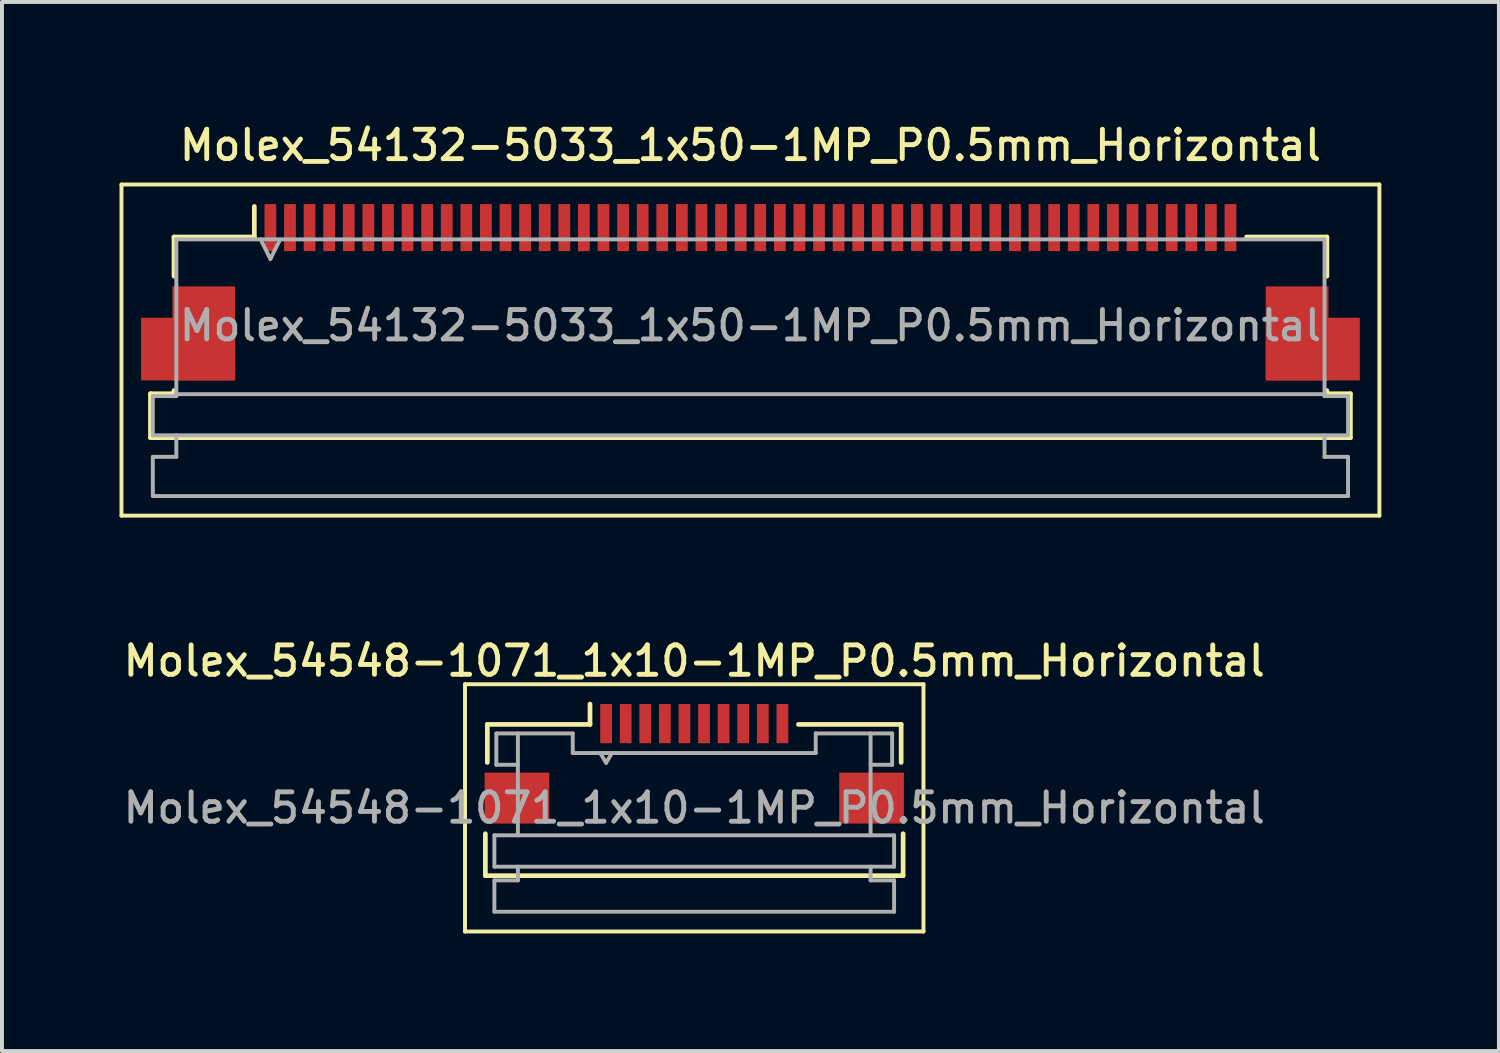
<source format=kicad_pcb>
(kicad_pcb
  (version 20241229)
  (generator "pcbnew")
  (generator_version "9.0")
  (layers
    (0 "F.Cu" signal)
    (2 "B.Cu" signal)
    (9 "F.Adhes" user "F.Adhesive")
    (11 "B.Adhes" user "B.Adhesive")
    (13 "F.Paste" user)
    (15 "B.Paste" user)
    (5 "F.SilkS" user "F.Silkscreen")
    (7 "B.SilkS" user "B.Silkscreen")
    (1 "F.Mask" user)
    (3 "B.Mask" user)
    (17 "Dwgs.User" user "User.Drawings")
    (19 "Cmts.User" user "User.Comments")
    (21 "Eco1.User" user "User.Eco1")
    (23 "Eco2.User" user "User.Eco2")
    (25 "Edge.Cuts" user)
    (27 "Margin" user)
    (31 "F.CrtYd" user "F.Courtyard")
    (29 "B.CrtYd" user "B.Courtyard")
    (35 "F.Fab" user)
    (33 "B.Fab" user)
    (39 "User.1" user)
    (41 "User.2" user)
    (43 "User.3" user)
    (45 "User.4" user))
  (footprint "Molex_54132-5033_1x50-1MP_P0.5mm_Horizontal"
    (layer "F.Cu")
    (at 16.1 4.408)
    (property "Reference" "Molex_54132-5033_1x50-1MP_P0.5mm_Horizontal" (at 0 -3.75 0) (layer "F.SilkS") (effects (font (size 0.75 0.75) (thickness 0.125))))
    (attr smd)
    (fp_line (start -16.05 -2.75) (end -16.05 5.7) (stroke (width 0.1) (type solid)) (layer "F.SilkS"))
    (fp_line (start -16.05 -2.75) (end 16.05 -2.75) (stroke (width 0.1) (type solid)) (layer "F.SilkS"))
    (fp_line (start -15.31 2.59) (end -15.31 3.71) (stroke (width 0.12) (type solid)) (layer "F.SilkS"))
    (fp_line (start -15.31 2.59) (end -14.71 2.59) (stroke (width 0.12) (type solid)) (layer "F.SilkS"))
    (fp_line (start -14.71 -1.41) (end -14.71 -0.41) (stroke (width 0.12) (type solid)) (layer "F.SilkS"))
    (fp_line (start -14.71 2.59) (end -14.71 2.51) (stroke (width 0.12) (type solid)) (layer "F.SilkS"))
    (fp_line (start -12.66 -1.41) (end -14.71 -1.41) (stroke (width 0.12) (type solid)) (layer "F.SilkS"))
    (fp_line (start -12.66 -1.41) (end -12.66 -2.19) (stroke (width 0.12) (type solid)) (layer "F.SilkS"))
    (fp_line (start 14.71 -1.41) (end 12.66 -1.41) (stroke (width 0.12) (type solid)) (layer "F.SilkS"))
    (fp_line (start 14.71 -1.41) (end 14.71 -0.41) (stroke (width 0.12) (type solid)) (layer "F.SilkS"))
    (fp_line (start 14.71 2.59) (end 14.71 2.51) (stroke (width 0.12) (type solid)) (layer "F.SilkS"))
    (fp_line (start 14.71 2.59) (end 15.31 2.59) (stroke (width 0.12) (type solid)) (layer "F.SilkS"))
    (fp_line (start 15.31 2.59) (end 15.31 3.71) (stroke (width 0.12) (type solid)) (layer "F.SilkS"))
    (fp_line (start 15.31 3.71) (end -15.31 3.71) (stroke (width 0.12) (type solid)) (layer "F.SilkS"))
    (fp_line (start 16.05 5.7) (end -16.05 5.7) (stroke (width 0.1) (type solid)) (layer "F.SilkS"))
    (fp_line (start 16.05 5.7) (end 16.05 -2.75) (stroke (width 0.1) (type solid)) (layer "F.SilkS"))
    (fp_line (start -15.25 2.65) (end -15.25 3.65) (stroke (width 0.1) (type solid)) (layer "F.Fab"))
    (fp_line (start -15.25 2.65) (end -14.65 2.65) (stroke (width 0.1) (type solid)) (layer "F.Fab"))
    (fp_line (start -15.25 3.65) (end 15.25 3.65) (stroke (width 0.1) (type solid)) (layer "F.Fab"))
    (fp_line (start -15.25 4.2) (end -15.25 5.2) (stroke (width 0.1) (type solid)) (layer "F.Fab"))
    (fp_line (start -15.25 4.2) (end -14.65 4.2) (stroke (width 0.1) (type solid)) (layer "F.Fab"))
    (fp_line (start -15.25 5.2) (end 15.25 5.2) (stroke (width 0.1) (type solid)) (layer "F.Fab"))
    (fp_line (start -14.65 -1.35) (end -14.65 2.6) (stroke (width 0.1) (type solid)) (layer "F.Fab"))
    (fp_line (start -14.65 -1.35) (end 14.65 -1.35) (stroke (width 0.1) (type solid)) (layer "F.Fab"))
    (fp_line (start -14.65 2.6) (end -14.65 2.65) (stroke (width 0.1) (type solid)) (layer "F.Fab"))
    (fp_line (start -14.65 2.6) (end 14.65 2.6) (stroke (width 0.1) (type solid)) (layer "F.Fab"))
    (fp_line (start -14.65 3.65) (end -14.65 4.2) (stroke (width 0.1) (type solid)) (layer "F.Fab"))
    (fp_line (start -12.5 -1.35) (end -12.25 -0.85) (stroke (width 0.1) (type solid)) (layer "F.Fab"))
    (fp_line (start -12.25 -0.85) (end -12 -1.35) (stroke (width 0.1) (type solid)) (layer "F.Fab"))
    (fp_line (start 14.65 -1.35) (end 14.65 2.6) (stroke (width 0.1) (type solid)) (layer "F.Fab"))
    (fp_line (start 14.65 2.6) (end 14.65 2.65) (stroke (width 0.1) (type solid)) (layer "F.Fab"))
    (fp_line (start 14.65 2.65) (end 15.25 2.65) (stroke (width 0.1) (type solid)) (layer "F.Fab"))
    (fp_line (start 14.65 3.65) (end 14.65 4.2) (stroke (width 0.1) (type solid)) (layer "F.Fab"))
    (fp_line (start 14.65 4.2) (end 15.25 4.2) (stroke (width 0.1) (type solid)) (layer "F.Fab"))
    (fp_line (start 15.25 2.65) (end 15.25 3.65) (stroke (width 0.1) (type solid)) (layer "F.Fab"))
    (fp_line (start 15.25 4.2) (end 15.25 5.2) (stroke (width 0.1) (type solid)) (layer "F.Fab"))
    (fp_text user "${REFERENCE}" (at 0 0.85 0) (layer "F.Fab") (effects (font (size 0.75 0.75) (thickness 0.125))))
    (pad "1" smd rect (at -12.25 -1.65) (size 0.3 1.2) (layers "F.Cu" "F.Mask" "F.Paste"))
    (pad "2" smd rect (at -11.75 -1.65) (size 0.3 1.2) (layers "F.Cu" "F.Mask" "F.Paste"))
    (pad "3" smd rect (at -11.25 -1.65) (size 0.3 1.2) (layers "F.Cu" "F.Mask" "F.Paste"))
    (pad "4" smd rect (at -10.75 -1.65) (size 0.3 1.2) (layers "F.Cu" "F.Mask" "F.Paste"))
    (pad "5" smd rect (at -10.25 -1.65) (size 0.3 1.2) (layers "F.Cu" "F.Mask" "F.Paste"))
    (pad "6" smd rect (at -9.75 -1.65) (size 0.3 1.2) (layers "F.Cu" "F.Mask" "F.Paste"))
    (pad "7" smd rect (at -9.25 -1.65) (size 0.3 1.2) (layers "F.Cu" "F.Mask" "F.Paste"))
    (pad "8" smd rect (at -8.75 -1.65) (size 0.3 1.2) (layers "F.Cu" "F.Mask" "F.Paste"))
    (pad "9" smd rect (at -8.25 -1.65) (size 0.3 1.2) (layers "F.Cu" "F.Mask" "F.Paste"))
    (pad "10" smd rect (at -7.75 -1.65) (size 0.3 1.2) (layers "F.Cu" "F.Mask" "F.Paste"))
    (pad "11" smd rect (at -7.25 -1.65) (size 0.3 1.2) (layers "F.Cu" "F.Mask" "F.Paste"))
    (pad "12" smd rect (at -6.75 -1.65) (size 0.3 1.2) (layers "F.Cu" "F.Mask" "F.Paste"))
    (pad "13" smd rect (at -6.25 -1.65) (size 0.3 1.2) (layers "F.Cu" "F.Mask" "F.Paste"))
    (pad "14" smd rect (at -5.75 -1.65) (size 0.3 1.2) (layers "F.Cu" "F.Mask" "F.Paste"))
    (pad "15" smd rect (at -5.25 -1.65) (size 0.3 1.2) (layers "F.Cu" "F.Mask" "F.Paste"))
    (pad "16" smd rect (at -4.75 -1.65) (size 0.3 1.2) (layers "F.Cu" "F.Mask" "F.Paste"))
    (pad "17" smd rect (at -4.25 -1.65) (size 0.3 1.2) (layers "F.Cu" "F.Mask" "F.Paste"))
    (pad "18" smd rect (at -3.75 -1.65) (size 0.3 1.2) (layers "F.Cu" "F.Mask" "F.Paste"))
    (pad "19" smd rect (at -3.25 -1.65) (size 0.3 1.2) (layers "F.Cu" "F.Mask" "F.Paste"))
    (pad "20" smd rect (at -2.75 -1.65) (size 0.3 1.2) (layers "F.Cu" "F.Mask" "F.Paste"))
    (pad "21" smd rect (at -2.25 -1.65) (size 0.3 1.2) (layers "F.Cu" "F.Mask" "F.Paste"))
    (pad "22" smd rect (at -1.75 -1.65) (size 0.3 1.2) (layers "F.Cu" "F.Mask" "F.Paste"))
    (pad "23" smd rect (at -1.25 -1.65) (size 0.3 1.2) (layers "F.Cu" "F.Mask" "F.Paste"))
    (pad "24" smd rect (at -0.75 -1.65) (size 0.3 1.2) (layers "F.Cu" "F.Mask" "F.Paste"))
    (pad "25" smd rect (at -0.25 -1.65) (size 0.3 1.2) (layers "F.Cu" "F.Mask" "F.Paste"))
    (pad "26" smd rect (at 0.25 -1.65) (size 0.3 1.2) (layers "F.Cu" "F.Mask" "F.Paste"))
    (pad "27" smd rect (at 0.75 -1.65) (size 0.3 1.2) (layers "F.Cu" "F.Mask" "F.Paste"))
    (pad "28" smd rect (at 1.25 -1.65) (size 0.3 1.2) (layers "F.Cu" "F.Mask" "F.Paste"))
    (pad "29" smd rect (at 1.75 -1.65) (size 0.3 1.2) (layers "F.Cu" "F.Mask" "F.Paste"))
    (pad "30" smd rect (at 2.25 -1.65) (size 0.3 1.2) (layers "F.Cu" "F.Mask" "F.Paste"))
    (pad "31" smd rect (at 2.75 -1.65) (size 0.3 1.2) (layers "F.Cu" "F.Mask" "F.Paste"))
    (pad "32" smd rect (at 3.25 -1.65) (size 0.3 1.2) (layers "F.Cu" "F.Mask" "F.Paste"))
    (pad "33" smd rect (at 3.75 -1.65) (size 0.3 1.2) (layers "F.Cu" "F.Mask" "F.Paste"))
    (pad "34" smd rect (at 4.25 -1.65) (size 0.3 1.2) (layers "F.Cu" "F.Mask" "F.Paste"))
    (pad "35" smd rect (at 4.75 -1.65) (size 0.3 1.2) (layers "F.Cu" "F.Mask" "F.Paste"))
    (pad "36" smd rect (at 5.25 -1.65) (size 0.3 1.2) (layers "F.Cu" "F.Mask" "F.Paste"))
    (pad "37" smd rect (at 5.75 -1.65) (size 0.3 1.2) (layers "F.Cu" "F.Mask" "F.Paste"))
    (pad "38" smd rect (at 6.25 -1.65) (size 0.3 1.2) (layers "F.Cu" "F.Mask" "F.Paste"))
    (pad "39" smd rect (at 6.75 -1.65) (size 0.3 1.2) (layers "F.Cu" "F.Mask" "F.Paste"))
    (pad "40" smd rect (at 7.25 -1.65) (size 0.3 1.2) (layers "F.Cu" "F.Mask" "F.Paste"))
    (pad "41" smd rect (at 7.75 -1.65) (size 0.3 1.2) (layers "F.Cu" "F.Mask" "F.Paste"))
    (pad "42" smd rect (at 8.25 -1.65) (size 0.3 1.2) (layers "F.Cu" "F.Mask" "F.Paste"))
    (pad "43" smd rect (at 8.75 -1.65) (size 0.3 1.2) (layers "F.Cu" "F.Mask" "F.Paste"))
    (pad "44" smd rect (at 9.25 -1.65) (size 0.3 1.2) (layers "F.Cu" "F.Mask" "F.Paste"))
    (pad "45" smd rect (at 9.75 -1.65) (size 0.3 1.2) (layers "F.Cu" "F.Mask" "F.Paste"))
    (pad "46" smd rect (at 10.25 -1.65) (size 0.3 1.2) (layers "F.Cu" "F.Mask" "F.Paste"))
    (pad "47" smd rect (at 10.75 -1.65) (size 0.3 1.2) (layers "F.Cu" "F.Mask" "F.Paste"))
    (pad "48" smd rect (at 11.25 -1.65) (size 0.3 1.2) (layers "F.Cu" "F.Mask" "F.Paste"))
    (pad "49" smd rect (at 11.75 -1.65) (size 0.3 1.2) (layers "F.Cu" "F.Mask" "F.Paste"))
    (pad "50" smd rect (at 12.25 -1.65) (size 0.3 1.2) (layers "F.Cu" "F.Mask" "F.Paste"))
    (pad "MP" smd rect (at -14.35 1.45) (size 2.4 1.6) (layers "F.Cu" "F.Mask" "F.Paste"))
    (pad "MP" smd rect (at -13.95 1.05) (size 1.6 2.4) (layers "F.Cu" "F.Mask" "F.Paste"))
    (pad "MP" smd rect (at 13.95 1.05) (size 1.6 2.4) (layers "F.Cu" "F.Mask" "F.Paste"))
    (pad "MP" smd rect (at 14.35 1.45) (size 2.4 1.6) (layers "F.Cu" "F.Mask" "F.Paste")))
  (footprint "Molex_54548-1071_1x10-1MP_P0.5mm_Horizontal"
    (layer "F.Cu")
    (at 14.666 16.441)
    (property "Reference" "Molex_54548-1071_1x10-1MP_P0.5mm_Horizontal" (at 0 -2.625 0) (layer "F.SilkS") (effects (font (size 0.75 0.75) (thickness 0.125))))
    (attr smd)
    (fp_line (start -5.85 -2.03) (end 5.85 -2.03) (stroke (width 0.1) (type solid)) (layer "F.SilkS"))
    (fp_line (start -5.85 4.28) (end -5.85 -2.03) (stroke (width 0.1) (type solid)) (layer "F.SilkS"))
    (fp_line (start -5.33 1.785) (end -5.33 2.855) (stroke (width 0.12) (type solid)) (layer "F.SilkS"))
    (fp_line (start -5.33 2.855) (end 5.33 2.855) (stroke (width 0.12) (type solid)) (layer "F.SilkS"))
    (fp_line (start -5.28 -1.005) (end -5.28 -0.035) (stroke (width 0.12) (type solid)) (layer "F.SilkS"))
    (fp_line (start -2.66 -1.525) (end -2.66 -1.005) (stroke (width 0.12) (type solid)) (layer "F.SilkS"))
    (fp_line (start -2.66 -1.005) (end -5.28 -1.005) (stroke (width 0.12) (type solid)) (layer "F.SilkS"))
    (fp_line (start 5.28 -1.005) (end 2.66 -1.005) (stroke (width 0.12) (type solid)) (layer "F.SilkS"))
    (fp_line (start 5.28 -0.035) (end 5.28 -1.005) (stroke (width 0.12) (type solid)) (layer "F.SilkS"))
    (fp_line (start 5.33 2.855) (end 5.33 1.785) (stroke (width 0.12) (type solid)) (layer "F.SilkS"))
    (fp_line (start 5.85 -2.03) (end 5.85 4.28) (stroke (width 0.1) (type solid)) (layer "F.SilkS"))
    (fp_line (start 5.85 4.28) (end -5.85 4.28) (stroke (width 0.1) (type solid)) (layer "F.SilkS"))
    (fp_line (start -5.1 1.825) (end -5.1 2.625) (stroke (width 0.1) (type solid)) (layer "F.Fab"))
    (fp_line (start -5.1 2.625) (end 5.1 2.625) (stroke (width 0.1) (type solid)) (layer "F.Fab"))
    (fp_line (start -5.1 2.975) (end -5.1 3.775) (stroke (width 0.1) (type solid)) (layer "F.Fab"))
    (fp_line (start -5.1 3.775) (end 5.1 3.775) (stroke (width 0.1) (type solid)) (layer "F.Fab"))
    (fp_line (start -5.05 -0.775) (end -5.05 0.025) (stroke (width 0.1) (type solid)) (layer "F.Fab"))
    (fp_line (start -5.05 -0.775) (end -3.1 -0.775) (stroke (width 0.1) (type solid)) (layer "F.Fab"))
    (fp_line (start -5.05 0.025) (end -4.5 0.025) (stroke (width 0.1) (type solid)) (layer "F.Fab"))
    (fp_line (start -4.5 1.825) (end -4.5 -0.775) (stroke (width 0.1) (type solid)) (layer "F.Fab"))
    (fp_line (start -4.5 2.625) (end -4.5 2.975) (stroke (width 0.1) (type solid)) (layer "F.Fab"))
    (fp_line (start -4.5 2.975) (end -5.1 2.975) (stroke (width 0.1) (type solid)) (layer "F.Fab"))
    (fp_line (start -3.1 -0.775) (end -3.1 -0.275) (stroke (width 0.1) (type solid)) (layer "F.Fab"))
    (fp_line (start -3.1 -0.275) (end 3.1 -0.275) (stroke (width 0.1) (type solid)) (layer "F.Fab"))
    (fp_line (start -2.4 -0.275) (end -2.25 -0.025) (stroke (width 0.1) (type solid)) (layer "F.Fab"))
    (fp_line (start -2.25 -0.025) (end -2.1 -0.275) (stroke (width 0.1) (type solid)) (layer "F.Fab"))
    (fp_line (start 3.1 -0.775) (end 5.05 -0.775) (stroke (width 0.1) (type solid)) (layer "F.Fab"))
    (fp_line (start 3.1 -0.275) (end 3.1 -0.775) (stroke (width 0.1) (type solid)) (layer "F.Fab"))
    (fp_line (start 4.5 -0.775) (end 4.5 1.825) (stroke (width 0.1) (type solid)) (layer "F.Fab"))
    (fp_line (start 4.5 2.975) (end 4.5 2.625) (stroke (width 0.1) (type solid)) (layer "F.Fab"))
    (fp_line (start 5.05 -0.775) (end 5.05 0.025) (stroke (width 0.1) (type solid)) (layer "F.Fab"))
    (fp_line (start 5.05 0.025) (end 4.5 0.025) (stroke (width 0.1) (type solid)) (layer "F.Fab"))
    (fp_line (start 5.1 1.825) (end -5.1 1.825) (stroke (width 0.1) (type solid)) (layer "F.Fab"))
    (fp_line (start 5.1 2.625) (end 5.1 1.825) (stroke (width 0.1) (type solid)) (layer "F.Fab"))
    (fp_line (start 5.1 2.975) (end 4.5 2.975) (stroke (width 0.1) (type solid)) (layer "F.Fab"))
    (fp_line (start 5.1 3.775) (end 5.1 2.975) (stroke (width 0.1) (type solid)) (layer "F.Fab"))
    (fp_text user "${REFERENCE}" (at 0 1.125 0) (layer "F.Fab") (effects (font (size 0.75 0.75) (thickness 0.125))))
    (pad "1" smd rect (at -2.25 -1.025) (size 0.3 1) (layers "F.Cu" "F.Mask" "F.Paste"))
    (pad "2" smd rect (at -1.75 -1.025) (size 0.3 1) (layers "F.Cu" "F.Mask" "F.Paste"))
    (pad "3" smd rect (at -1.25 -1.025) (size 0.3 1) (layers "F.Cu" "F.Mask" "F.Paste"))
    (pad "4" smd rect (at -0.75 -1.025) (size 0.3 1) (layers "F.Cu" "F.Mask" "F.Paste"))
    (pad "5" smd rect (at -0.25 -1.025) (size 0.3 1) (layers "F.Cu" "F.Mask" "F.Paste"))
    (pad "6" smd rect (at 0.25 -1.025) (size 0.3 1) (layers "F.Cu" "F.Mask" "F.Paste"))
    (pad "7" smd rect (at 0.75 -1.025) (size 0.3 1) (layers "F.Cu" "F.Mask" "F.Paste"))
    (pad "8" smd rect (at 1.25 -1.025) (size 0.3 1) (layers "F.Cu" "F.Mask" "F.Paste"))
    (pad "9" smd rect (at 1.75 -1.025) (size 0.3 1) (layers "F.Cu" "F.Mask" "F.Paste"))
    (pad "10" smd rect (at 2.25 -1.025) (size 0.3 1) (layers "F.Cu" "F.Mask" "F.Paste"))
    (pad "MP" smd rect (at -4.525 0.875) (size 1.65 1.3) (layers "F.Cu" "F.Mask" "F.Paste"))
    (pad "MP" smd rect (at 4.525 0.875) (size 1.65 1.3) (layers "F.Cu" "F.Mask" "F.Paste")))
  (gr_rect
    (start -3 -3)
    (end 35.2 23.771)
    (stroke (width 0.1) (type default))
    (fill no)
    (layer "Edge.Cuts")))
</source>
